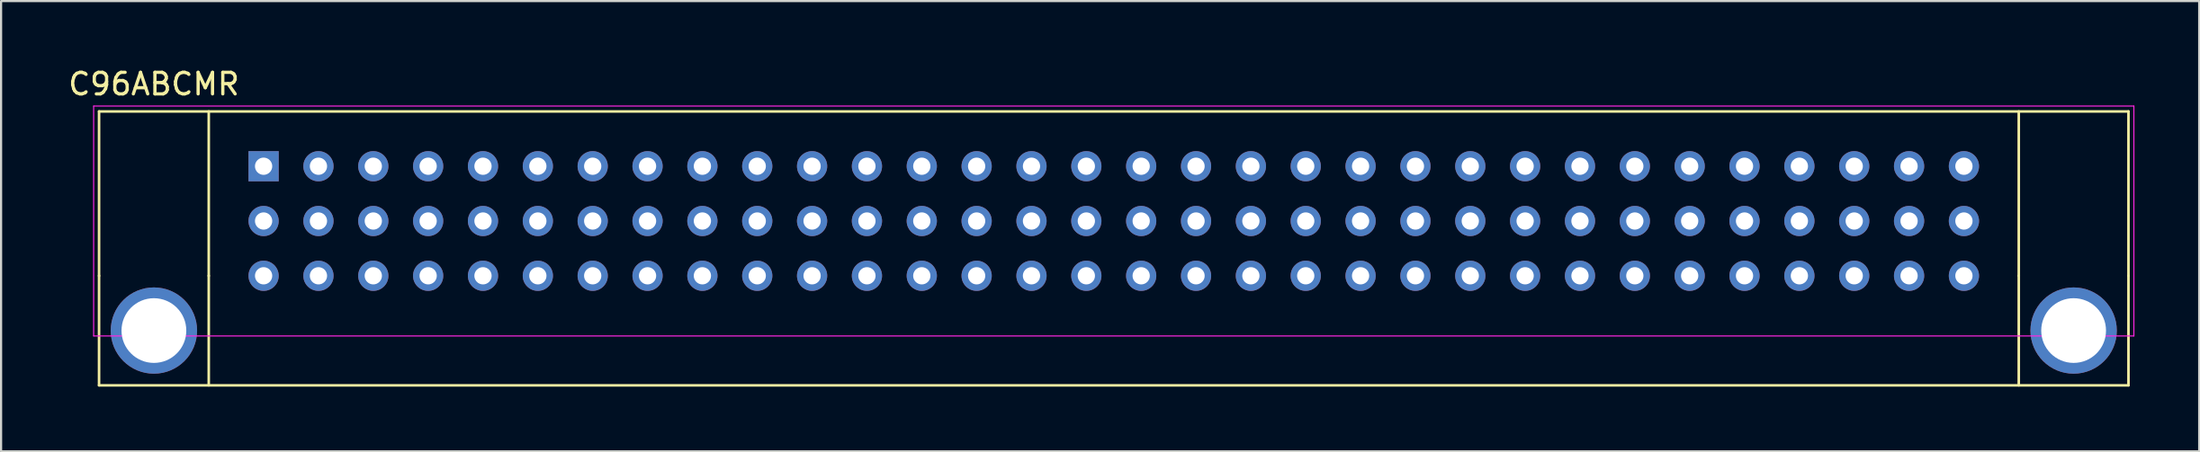
<source format=kicad_pcb>
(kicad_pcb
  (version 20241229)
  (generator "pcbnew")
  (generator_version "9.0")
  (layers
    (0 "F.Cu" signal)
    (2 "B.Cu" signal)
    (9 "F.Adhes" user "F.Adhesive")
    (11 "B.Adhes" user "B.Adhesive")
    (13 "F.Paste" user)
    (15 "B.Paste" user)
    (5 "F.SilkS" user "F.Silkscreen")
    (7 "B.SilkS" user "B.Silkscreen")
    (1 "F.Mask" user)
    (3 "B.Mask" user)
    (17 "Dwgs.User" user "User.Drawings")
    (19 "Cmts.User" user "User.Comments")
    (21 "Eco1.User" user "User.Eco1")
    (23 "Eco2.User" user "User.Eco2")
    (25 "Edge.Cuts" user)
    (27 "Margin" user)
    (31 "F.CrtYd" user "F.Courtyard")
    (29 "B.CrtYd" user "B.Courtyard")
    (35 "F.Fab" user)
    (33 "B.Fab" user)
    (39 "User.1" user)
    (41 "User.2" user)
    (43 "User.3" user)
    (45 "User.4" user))
  (footprint "C96ABCMR"
    (layer "F.Cu")
    (at 9.157 4.658)
    (property "Reference" "C96ABCMR" (at -5.08 -3.81 0) (layer "F.SilkS") (effects (font (size 1 1) (thickness 0.15))))
    (attr through_hole)
    (fp_line (start -7.62 -2.54) (end 86.36 -2.54) (stroke (width 0.12) (type solid)) (layer "F.SilkS"))
    (fp_line (start -7.62 5.08) (end -7.62 -2.54) (stroke (width 0.12) (type solid)) (layer "F.SilkS"))
    (fp_line (start -7.62 5.08) (end -7.62 10.16) (stroke (width 0.12) (type solid)) (layer "F.SilkS"))
    (fp_line (start -7.62 10.16) (end 86.36 10.16) (stroke (width 0.12) (type solid)) (layer "F.SilkS"))
    (fp_line (start -2.54 5.08) (end -2.54 -2.54) (stroke (width 0.12) (type solid)) (layer "F.SilkS"))
    (fp_line (start -2.54 5.08) (end -2.54 10.16) (stroke (width 0.12) (type solid)) (layer "F.SilkS"))
    (fp_line (start 81.28 5.08) (end 81.28 -2.54) (stroke (width 0.12) (type solid)) (layer "F.SilkS"))
    (fp_line (start 81.28 10.16) (end 81.28 5.08) (stroke (width 0.12) (type solid)) (layer "F.SilkS"))
    (fp_line (start 86.36 -2.54) (end 86.36 5.08) (stroke (width 0.12) (type solid)) (layer "F.SilkS"))
    (fp_line (start 86.36 10.16) (end 86.36 5.08) (stroke (width 0.12) (type solid)) (layer "F.SilkS"))
    (fp_line (start -7.87 -2.79) (end -7.87 7.87) (stroke (width 0.05) (type solid)) (layer "F.CrtYd"))
    (fp_line (start -7.87 -2.79) (end 86.61 -2.79) (stroke (width 0.05) (type solid)) (layer "F.CrtYd"))
    (fp_line (start 86.61 7.87) (end -7.87 7.87) (stroke (width 0.05) (type solid)) (layer "F.CrtYd"))
    (fp_line (start 86.61 7.87) (end 86.61 -2.79) (stroke (width 0.05) (type solid)) (layer "F.CrtYd"))
    (pad "65" thru_hole circle (at -5.08 7.62) (size 4 4) (drill 3) (layers "*.Cu" "*.Mask"))
    (pad "66" thru_hole circle (at 83.82 7.62) (size 4 4) (drill 3) (layers "*.Cu" "*.Mask"))
    (pad "A1" thru_hole rect (at 0 0) (size 1.4 1.4) (drill 0.8) (layers "*.Cu" "*.Mask"))
    (pad "A2" thru_hole circle (at 2.54 0) (size 1.4 1.4) (drill 0.8) (layers "*.Cu" "*.Mask"))
    (pad "A3" thru_hole circle (at 5.08 0) (size 1.4 1.4) (drill 0.8) (layers "*.Cu" "*.Mask"))
    (pad "A4" thru_hole circle (at 7.62 0) (size 1.4 1.4) (drill 0.8) (layers "*.Cu" "*.Mask"))
    (pad "A5" thru_hole circle (at 10.16 0) (size 1.4 1.4) (drill 0.8) (layers "*.Cu" "*.Mask"))
    (pad "A6" thru_hole circle (at 12.7 0) (size 1.4 1.4) (drill 0.8) (layers "*.Cu" "*.Mask"))
    (pad "A7" thru_hole circle (at 15.24 0) (size 1.4 1.4) (drill 0.8) (layers "*.Cu" "*.Mask"))
    (pad "A8" thru_hole circle (at 17.78 0) (size 1.4 1.4) (drill 0.8) (layers "*.Cu" "*.Mask"))
    (pad "A9" thru_hole circle (at 20.32 0) (size 1.4 1.4) (drill 0.8) (layers "*.Cu" "*.Mask"))
    (pad "A10" thru_hole circle (at 22.86 0) (size 1.4 1.4) (drill 0.8) (layers "*.Cu" "*.Mask"))
    (pad "A11" thru_hole circle (at 25.4 0) (size 1.4 1.4) (drill 0.8) (layers "*.Cu" "*.Mask"))
    (pad "A12" thru_hole circle (at 27.94 0) (size 1.4 1.4) (drill 0.8) (layers "*.Cu" "*.Mask"))
    (pad "A13" thru_hole circle (at 30.48 0) (size 1.4 1.4) (drill 0.8) (layers "*.Cu" "*.Mask"))
    (pad "A14" thru_hole circle (at 33.02 0) (size 1.4 1.4) (drill 0.8) (layers "*.Cu" "*.Mask"))
    (pad "A15" thru_hole circle (at 35.56 0) (size 1.4 1.4) (drill 0.8) (layers "*.Cu" "*.Mask"))
    (pad "A16" thru_hole circle (at 38.1 0) (size 1.4 1.4) (drill 0.8) (layers "*.Cu" "*.Mask"))
    (pad "A17" thru_hole circle (at 40.64 0) (size 1.4 1.4) (drill 0.8) (layers "*.Cu" "*.Mask"))
    (pad "A18" thru_hole circle (at 43.18 0) (size 1.4 1.4) (drill 0.8) (layers "*.Cu" "*.Mask"))
    (pad "A19" thru_hole circle (at 45.72 0) (size 1.4 1.4) (drill 0.8) (layers "*.Cu" "*.Mask"))
    (pad "A20" thru_hole circle (at 48.26 0) (size 1.4 1.4) (drill 0.8) (layers "*.Cu" "*.Mask"))
    (pad "A21" thru_hole circle (at 50.8 0) (size 1.4 1.4) (drill 0.8) (layers "*.Cu" "*.Mask"))
    (pad "A22" thru_hole circle (at 53.34 0) (size 1.4 1.4) (drill 0.8) (layers "*.Cu" "*.Mask"))
    (pad "A23" thru_hole circle (at 55.88 0) (size 1.4 1.4) (drill 0.8) (layers "*.Cu" "*.Mask"))
    (pad "A24" thru_hole circle (at 58.42 0) (size 1.4 1.4) (drill 0.8) (layers "*.Cu" "*.Mask"))
    (pad "A25" thru_hole circle (at 60.96 0) (size 1.4 1.4) (drill 0.8) (layers "*.Cu" "*.Mask"))
    (pad "A26" thru_hole circle (at 63.5 0) (size 1.4 1.4) (drill 0.8) (layers "*.Cu" "*.Mask"))
    (pad "A27" thru_hole circle (at 66.04 0) (size 1.4 1.4) (drill 0.8) (layers "*.Cu" "*.Mask"))
    (pad "A28" thru_hole circle (at 68.58 0) (size 1.4 1.4) (drill 0.8) (layers "*.Cu" "*.Mask"))
    (pad "A29" thru_hole circle (at 71.12 0) (size 1.4 1.4) (drill 0.8) (layers "*.Cu" "*.Mask"))
    (pad "A30" thru_hole circle (at 73.66 0) (size 1.4 1.4) (drill 0.8) (layers "*.Cu" "*.Mask"))
    (pad "A31" thru_hole circle (at 76.2 0) (size 1.4 1.4) (drill 0.8) (layers "*.Cu" "*.Mask"))
    (pad "A32" thru_hole circle (at 78.74 0) (size 1.4 1.4) (drill 0.8) (layers "*.Cu" "*.Mask"))
    (pad "B1" thru_hole circle (at 0 2.54) (size 1.4 1.4) (drill 0.8) (layers "*.Cu" "*.Mask"))
    (pad "B2" thru_hole circle (at 2.54 2.54) (size 1.4 1.4) (drill 0.8) (layers "*.Cu" "*.Mask"))
    (pad "B3" thru_hole circle (at 5.08 2.54) (size 1.4 1.4) (drill 0.8) (layers "*.Cu" "*.Mask"))
    (pad "B4" thru_hole circle (at 7.62 2.54) (size 1.4 1.4) (drill 0.8) (layers "*.Cu" "*.Mask"))
    (pad "B5" thru_hole circle (at 10.16 2.54) (size 1.4 1.4) (drill 0.8) (layers "*.Cu" "*.Mask"))
    (pad "B6" thru_hole circle (at 12.7 2.54) (size 1.4 1.4) (drill 0.8) (layers "*.Cu" "*.Mask"))
    (pad "B7" thru_hole circle (at 15.24 2.54) (size 1.4 1.4) (drill 0.8) (layers "*.Cu" "*.Mask"))
    (pad "B8" thru_hole circle (at 17.78 2.54) (size 1.4 1.4) (drill 0.8) (layers "*.Cu" "*.Mask"))
    (pad "B9" thru_hole circle (at 20.32 2.54) (size 1.4 1.4) (drill 0.8) (layers "*.Cu" "*.Mask"))
    (pad "B10" thru_hole circle (at 22.86 2.54) (size 1.4 1.4) (drill 0.8) (layers "*.Cu" "*.Mask"))
    (pad "B11" thru_hole circle (at 25.4 2.54) (size 1.4 1.4) (drill 0.8) (layers "*.Cu" "*.Mask"))
    (pad "B12" thru_hole circle (at 27.94 2.54) (size 1.4 1.4) (drill 0.8) (layers "*.Cu" "*.Mask"))
    (pad "B13" thru_hole circle (at 30.48 2.54) (size 1.4 1.4) (drill 0.8) (layers "*.Cu" "*.Mask"))
    (pad "B14" thru_hole circle (at 33.02 2.54) (size 1.4 1.4) (drill 0.8) (layers "*.Cu" "*.Mask"))
    (pad "B15" thru_hole circle (at 35.56 2.54) (size 1.4 1.4) (drill 0.8) (layers "*.Cu" "*.Mask"))
    (pad "B16" thru_hole circle (at 38.1 2.54) (size 1.4 1.4) (drill 0.8) (layers "*.Cu" "*.Mask"))
    (pad "B17" thru_hole circle (at 40.64 2.54) (size 1.4 1.4) (drill 0.8) (layers "*.Cu" "*.Mask"))
    (pad "B18" thru_hole circle (at 43.18 2.54) (size 1.4 1.4) (drill 0.8) (layers "*.Cu" "*.Mask"))
    (pad "B19" thru_hole circle (at 45.72 2.54) (size 1.4 1.4) (drill 0.8) (layers "*.Cu" "*.Mask"))
    (pad "B20" thru_hole circle (at 48.26 2.54) (size 1.4 1.4) (drill 0.8) (layers "*.Cu" "*.Mask"))
    (pad "B21" thru_hole circle (at 50.8 2.54) (size 1.4 1.4) (drill 0.8) (layers "*.Cu" "*.Mask"))
    (pad "B22" thru_hole circle (at 53.34 2.54) (size 1.4 1.4) (drill 0.8) (layers "*.Cu" "*.Mask"))
    (pad "B23" thru_hole circle (at 55.88 2.54) (size 1.4 1.4) (drill 0.8) (layers "*.Cu" "*.Mask"))
    (pad "B24" thru_hole circle (at 58.42 2.54) (size 1.4 1.4) (drill 0.8) (layers "*.Cu" "*.Mask"))
    (pad "B25" thru_hole circle (at 60.96 2.54) (size 1.4 1.4) (drill 0.8) (layers "*.Cu" "*.Mask"))
    (pad "B26" thru_hole circle (at 63.5 2.54) (size 1.4 1.4) (drill 0.8) (layers "*.Cu" "*.Mask"))
    (pad "B27" thru_hole circle (at 66.04 2.54) (size 1.4 1.4) (drill 0.8) (layers "*.Cu" "*.Mask"))
    (pad "B28" thru_hole circle (at 68.58 2.54) (size 1.4 1.4) (drill 0.8) (layers "*.Cu" "*.Mask"))
    (pad "B29" thru_hole circle (at 71.12 2.54) (size 1.4 1.4) (drill 0.8) (layers "*.Cu" "*.Mask"))
    (pad "B30" thru_hole circle (at 73.66 2.54) (size 1.4 1.4) (drill 0.8) (layers "*.Cu" "*.Mask"))
    (pad "B31" thru_hole circle (at 76.2 2.54) (size 1.4 1.4) (drill 0.8) (layers "*.Cu" "*.Mask"))
    (pad "B32" thru_hole circle (at 78.74 2.54) (size 1.4 1.4) (drill 0.8) (layers "*.Cu" "*.Mask"))
    (pad "C1" thru_hole circle (at 0 5.08) (size 1.4 1.4) (drill 0.8) (layers "*.Cu" "*.Mask"))
    (pad "C2" thru_hole circle (at 2.54 5.08) (size 1.4 1.4) (drill 0.8) (layers "*.Cu" "*.Mask"))
    (pad "C3" thru_hole circle (at 5.08 5.08) (size 1.4 1.4) (drill 0.8) (layers "*.Cu" "*.Mask"))
    (pad "C4" thru_hole circle (at 7.62 5.08) (size 1.4 1.4) (drill 0.8) (layers "*.Cu" "*.Mask"))
    (pad "C5" thru_hole circle (at 10.16 5.08) (size 1.4 1.4) (drill 0.8) (layers "*.Cu" "*.Mask"))
    (pad "C6" thru_hole circle (at 12.7 5.08) (size 1.4 1.4) (drill 0.8) (layers "*.Cu" "*.Mask"))
    (pad "C7" thru_hole circle (at 15.24 5.08) (size 1.4 1.4) (drill 0.8) (layers "*.Cu" "*.Mask"))
    (pad "C8" thru_hole circle (at 17.78 5.08) (size 1.4 1.4) (drill 0.8) (layers "*.Cu" "*.Mask"))
    (pad "C9" thru_hole circle (at 20.32 5.08) (size 1.4 1.4) (drill 0.8) (layers "*.Cu" "*.Mask"))
    (pad "C10" thru_hole circle (at 22.86 5.08) (size 1.4 1.4) (drill 0.8) (layers "*.Cu" "*.Mask"))
    (pad "C11" thru_hole circle (at 25.4 5.08) (size 1.4 1.4) (drill 0.8) (layers "*.Cu" "*.Mask"))
    (pad "C12" thru_hole circle (at 27.94 5.08) (size 1.4 1.4) (drill 0.8) (layers "*.Cu" "*.Mask"))
    (pad "C13" thru_hole circle (at 30.48 5.08) (size 1.4 1.4) (drill 0.8) (layers "*.Cu" "*.Mask"))
    (pad "C14" thru_hole circle (at 33.02 5.08) (size 1.4 1.4) (drill 0.8) (layers "*.Cu" "*.Mask"))
    (pad "C15" thru_hole circle (at 35.56 5.08) (size 1.4 1.4) (drill 0.8) (layers "*.Cu" "*.Mask"))
    (pad "C16" thru_hole circle (at 38.1 5.08) (size 1.4 1.4) (drill 0.8) (layers "*.Cu" "*.Mask"))
    (pad "C17" thru_hole circle (at 40.64 5.08) (size 1.4 1.4) (drill 0.8) (layers "*.Cu" "*.Mask"))
    (pad "C18" thru_hole circle (at 43.18 5.08) (size 1.4 1.4) (drill 0.8) (layers "*.Cu" "*.Mask"))
    (pad "C19" thru_hole circle (at 45.72 5.08) (size 1.4 1.4) (drill 0.8) (layers "*.Cu" "*.Mask"))
    (pad "C20" thru_hole circle (at 48.26 5.08) (size 1.4 1.4) (drill 0.8) (layers "*.Cu" "*.Mask"))
    (pad "C21" thru_hole circle (at 50.8 5.08) (size 1.4 1.4) (drill 0.8) (layers "*.Cu" "*.Mask"))
    (pad "C22" thru_hole circle (at 53.34 5.08) (size 1.4 1.4) (drill 0.8) (layers "*.Cu" "*.Mask"))
    (pad "C23" thru_hole circle (at 55.88 5.08) (size 1.4 1.4) (drill 0.8) (layers "*.Cu" "*.Mask"))
    (pad "C24" thru_hole circle (at 58.42 5.08) (size 1.4 1.4) (drill 0.8) (layers "*.Cu" "*.Mask"))
    (pad "C25" thru_hole circle (at 60.96 5.08) (size 1.4 1.4) (drill 0.8) (layers "*.Cu" "*.Mask"))
    (pad "C26" thru_hole circle (at 63.5 5.08) (size 1.4 1.4) (drill 0.8) (layers "*.Cu" "*.Mask"))
    (pad "C27" thru_hole circle (at 66.04 5.08) (size 1.4 1.4) (drill 0.8) (layers "*.Cu" "*.Mask"))
    (pad "C28" thru_hole circle (at 68.58 5.08) (size 1.4 1.4) (drill 0.8) (layers "*.Cu" "*.Mask"))
    (pad "C29" thru_hole circle (at 71.12 5.08) (size 1.4 1.4) (drill 0.8) (layers "*.Cu" "*.Mask"))
    (pad "C30" thru_hole circle (at 73.66 5.08) (size 1.4 1.4) (drill 0.8) (layers "*.Cu" "*.Mask"))
    (pad "C31" thru_hole circle (at 76.2 5.08) (size 1.4 1.4) (drill 0.8) (layers "*.Cu" "*.Mask"))
    (pad "C32" thru_hole circle (at 78.74 5.08) (size 1.4 1.4) (drill 0.8) (layers "*.Cu" "*.Mask")))
  (gr_rect
    (start -3 -3)
    (end 98.792 17.878)
    (stroke (width 0.1) (type default))
    (fill no)
    (layer "Edge.Cuts")))
</source>
